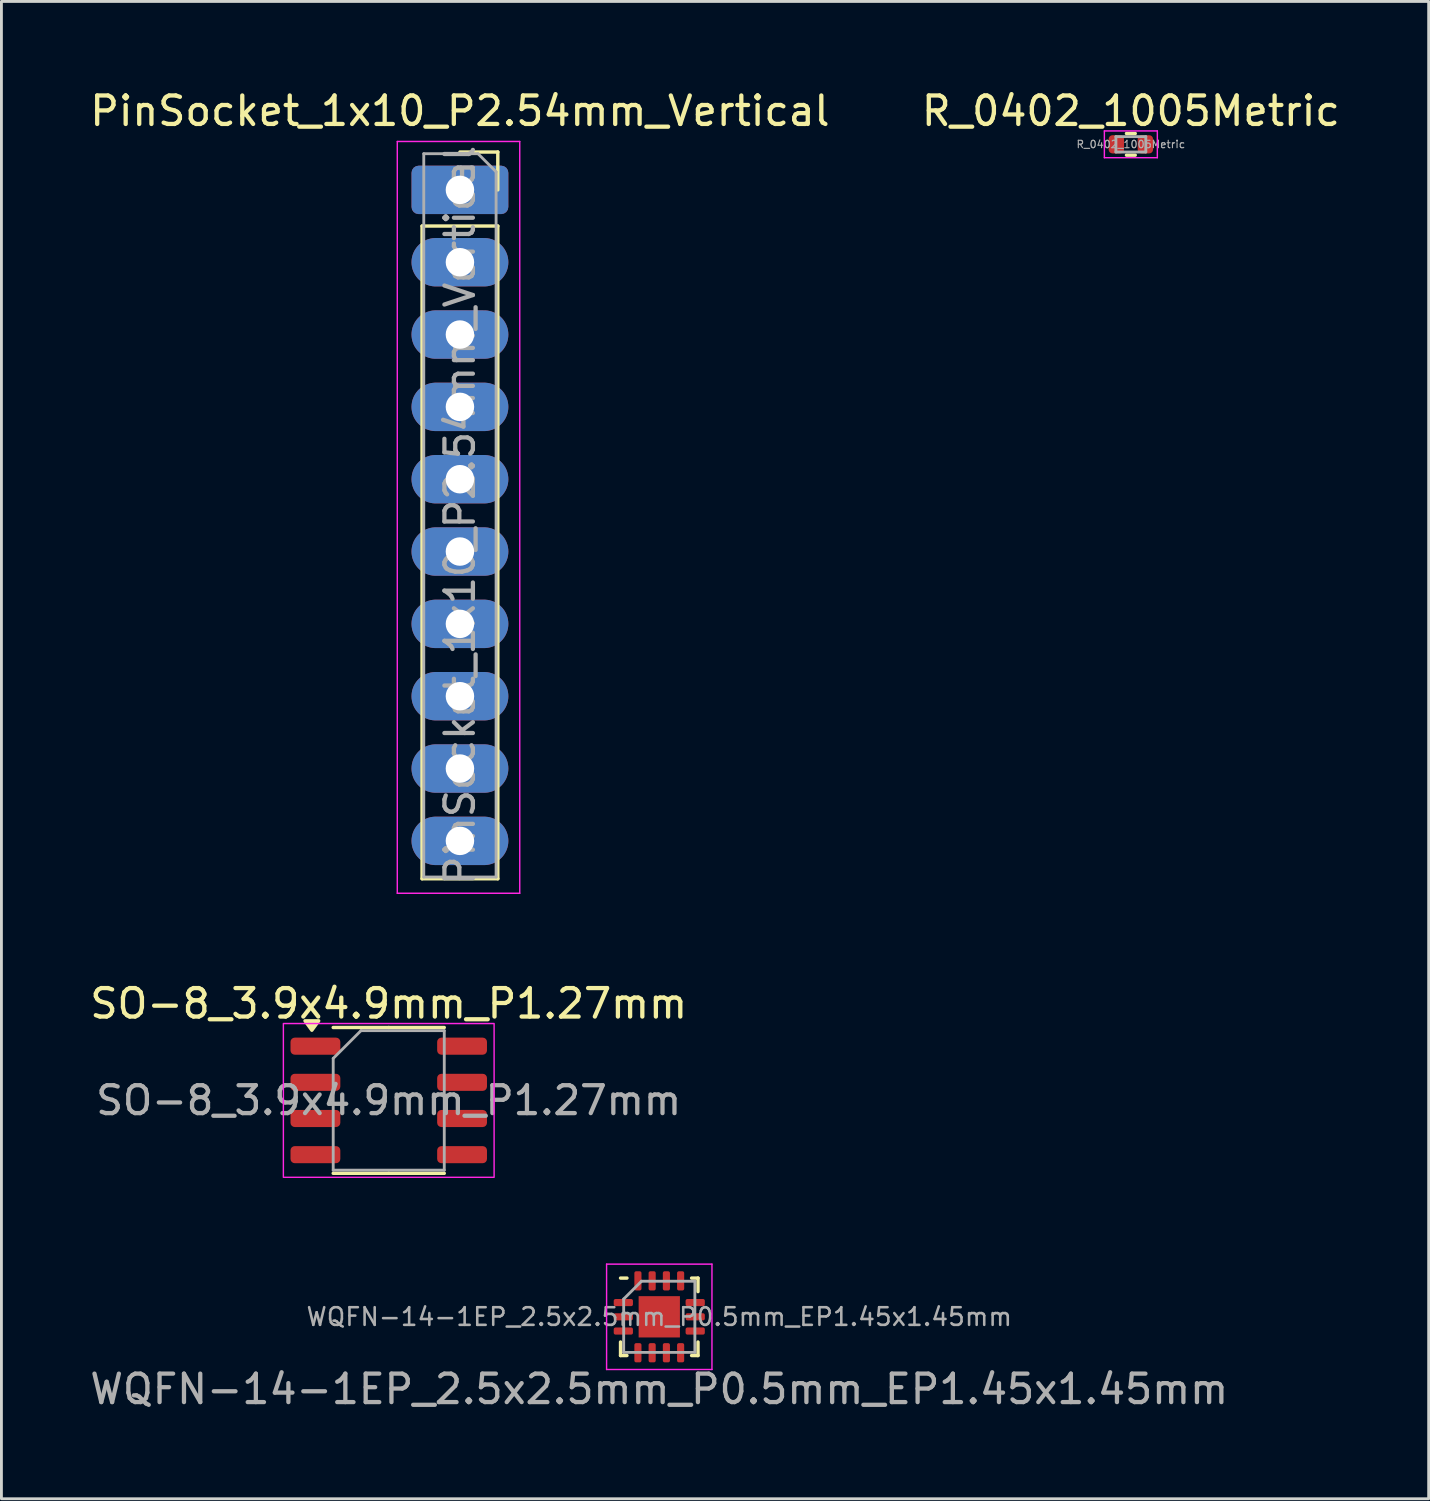
<source format=kicad_pcb>
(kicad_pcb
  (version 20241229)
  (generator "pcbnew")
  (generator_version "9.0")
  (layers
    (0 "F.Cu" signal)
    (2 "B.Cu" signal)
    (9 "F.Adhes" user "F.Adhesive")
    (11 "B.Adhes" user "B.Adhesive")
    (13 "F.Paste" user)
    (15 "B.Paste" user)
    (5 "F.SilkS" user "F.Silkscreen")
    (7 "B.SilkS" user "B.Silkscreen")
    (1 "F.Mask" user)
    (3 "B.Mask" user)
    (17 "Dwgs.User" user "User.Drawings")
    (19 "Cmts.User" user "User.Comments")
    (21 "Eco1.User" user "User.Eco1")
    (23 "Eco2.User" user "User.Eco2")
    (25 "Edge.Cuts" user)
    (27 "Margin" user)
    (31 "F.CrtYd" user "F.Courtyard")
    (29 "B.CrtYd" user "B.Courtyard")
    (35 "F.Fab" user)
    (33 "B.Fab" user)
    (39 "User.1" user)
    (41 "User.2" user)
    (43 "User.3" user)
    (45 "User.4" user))
  (footprint "WQFN-14-1EP_2.5x2.5mm_P0.5mm_EP1.45x1.45mm"
    (layer "F.Cu")
    (at 20.101 43.191)
    (property "Reference" "WQFN-14-1EP_2.5x2.5mm_P0.5mm_EP1.45x1.45mm" (at 0 2.54 180) (layer "F.Fab") (effects (font (size 1 1) (thickness 0.15))))
    (attr smd)
    (fp_line (start -1.36 1.36) (end -1.36 0.885) (stroke (width 0.12) (type solid)) (layer "F.SilkS"))
    (fp_line (start -1.135 -1.36) (end -1.36 -1.36) (stroke (width 0.12) (type solid)) (layer "F.SilkS"))
    (fp_line (start -1.135 1.36) (end -1.36 1.36) (stroke (width 0.12) (type solid)) (layer "F.SilkS"))
    (fp_line (start 1.135 -1.36) (end 1.36 -1.36) (stroke (width 0.12) (type solid)) (layer "F.SilkS"))
    (fp_line (start 1.135 1.36) (end 1.36 1.36) (stroke (width 0.12) (type solid)) (layer "F.SilkS"))
    (fp_line (start 1.36 -1.36) (end 1.36 -0.885) (stroke (width 0.12) (type solid)) (layer "F.SilkS"))
    (fp_line (start 1.36 1.36) (end 1.36 0.885) (stroke (width 0.12) (type solid)) (layer "F.SilkS"))
    (fp_line (start -1.85 -1.85) (end -1.85 1.85) (stroke (width 0.05) (type solid)) (layer "F.CrtYd"))
    (fp_line (start -1.85 1.85) (end 1.85 1.85) (stroke (width 0.05) (type solid)) (layer "F.CrtYd"))
    (fp_line (start 1.85 -1.85) (end -1.85 -1.85) (stroke (width 0.05) (type solid)) (layer "F.CrtYd"))
    (fp_line (start 1.85 1.85) (end 1.85 -1.85) (stroke (width 0.05) (type solid)) (layer "F.CrtYd"))
    (fp_line (start -1.25 -0.625) (end -0.625 -1.25) (stroke (width 0.1) (type solid)) (layer "F.Fab"))
    (fp_line (start -1.25 1.25) (end -1.25 -0.625) (stroke (width 0.1) (type solid)) (layer "F.Fab"))
    (fp_line (start -0.625 -1.25) (end 1.25 -1.25) (stroke (width 0.1) (type solid)) (layer "F.Fab"))
    (fp_line (start 1.25 -1.25) (end 1.25 1.25) (stroke (width 0.1) (type solid)) (layer "F.Fab"))
    (fp_line (start 1.25 1.25) (end -1.25 1.25) (stroke (width 0.1) (type solid)) (layer "F.Fab"))
    (fp_text user "${REFERENCE}" (at 0 0 180) (layer "F.Fab") (effects (font (size 0.62 0.62) (thickness 0.09))))
    (pad "" smd roundrect (at -0.36 -0.36) (size 0.58 0.58) (layers "F.Paste") (roundrect_rratio 0.25))
    (pad "" smd roundrect (at -0.36 0.36) (size 0.58 0.58) (layers "F.Paste") (roundrect_rratio 0.25))
    (pad "" smd roundrect (at 0.36 -0.36) (size 0.58 0.58) (layers "F.Paste") (roundrect_rratio 0.25))
    (pad "" smd roundrect (at 0.36 0.36) (size 0.58 0.58) (layers "F.Paste") (roundrect_rratio 0.25))
    (pad "1" smd roundrect (at -1.262 -0.5) (size 0.675 0.25) (layers "F.Cu" "F.Mask" "F.Paste") (roundrect_rratio 0.25))
    (pad "2" smd roundrect (at -1.262 0) (size 0.675 0.25) (layers "F.Cu" "F.Mask" "F.Paste") (roundrect_rratio 0.25))
    (pad "3" smd roundrect (at -1.262 0.5) (size 0.675 0.25) (layers "F.Cu" "F.Mask" "F.Paste") (roundrect_rratio 0.25))
    (pad "4" smd roundrect (at -0.75 1.262) (size 0.25 0.675) (layers "F.Cu" "F.Mask" "F.Paste") (roundrect_rratio 0.25))
    (pad "5" smd roundrect (at -0.25 1.262) (size 0.25 0.675) (layers "F.Cu" "F.Mask" "F.Paste") (roundrect_rratio 0.25))
    (pad "6" smd roundrect (at 0.25 1.262) (size 0.25 0.675) (layers "F.Cu" "F.Mask" "F.Paste") (roundrect_rratio 0.25))
    (pad "7" smd roundrect (at 0.75 1.262) (size 0.25 0.675) (layers "F.Cu" "F.Mask" "F.Paste") (roundrect_rratio 0.25))
    (pad "8" smd roundrect (at 1.262 0.5) (size 0.675 0.25) (layers "F.Cu" "F.Mask" "F.Paste") (roundrect_rratio 0.25))
    (pad "9" smd roundrect (at 1.262 0) (size 0.675 0.25) (layers "F.Cu" "F.Mask" "F.Paste") (roundrect_rratio 0.25))
    (pad "10" smd roundrect (at 1.262 -0.5) (size 0.675 0.25) (layers "F.Cu" "F.Mask" "F.Paste") (roundrect_rratio 0.25))
    (pad "11" smd roundrect (at 0.75 -1.262) (size 0.25 0.675) (layers "F.Cu" "F.Mask" "F.Paste") (roundrect_rratio 0.25))
    (pad "12" smd roundrect (at 0.25 -1.262) (size 0.25 0.675) (layers "F.Cu" "F.Mask" "F.Paste") (roundrect_rratio 0.25))
    (pad "13" smd roundrect (at -0.25 -1.262) (size 0.25 0.675) (layers "F.Cu" "F.Mask" "F.Paste") (roundrect_rratio 0.25))
    (pad "14" smd roundrect (at -0.75 -1.262) (size 0.25 0.675) (layers "F.Cu" "F.Mask" "F.Paste") (roundrect_rratio 0.25))
    (pad "15" smd rect (at 0 0) (size 1.45 1.45) (layers "F.Cu" "F.Mask")))
  (footprint "PinSocket_1x10_P2.54mm_Vertical"
    (layer "F.Cu")
    (at 13.101 3.618)
    (property "Reference" "PinSocket_1x10_P2.54mm_Vertical" (at 0 -2.77 0) (layer "F.SilkS") (effects (font (size 1 1) (thickness 0.15))))
    (attr through_hole)
    (fp_line (start -1.33 1.27) (end -1.33 24.19) (stroke (width 0.12) (type solid)) (layer "F.SilkS"))
    (fp_line (start -1.33 1.27) (end 1.33 1.27) (stroke (width 0.12) (type solid)) (layer "F.SilkS"))
    (fp_line (start -1.33 24.19) (end 1.33 24.19) (stroke (width 0.12) (type solid)) (layer "F.SilkS"))
    (fp_line (start 0 -1.33) (end 1.33 -1.33) (stroke (width 0.12) (type solid)) (layer "F.SilkS"))
    (fp_line (start 1.33 -1.33) (end 1.33 0) (stroke (width 0.12) (type solid)) (layer "F.SilkS"))
    (fp_line (start 1.33 1.27) (end 1.33 24.19) (stroke (width 0.12) (type solid)) (layer "F.SilkS"))
    (fp_line (start -2.2 -1.7) (end 2.1 -1.7) (stroke (width 0.05) (type default)) (layer "F.CrtYd"))
    (fp_line (start -2.2 24.7) (end -2.2 -1.7) (stroke (width 0.05) (type solid)) (layer "F.CrtYd"))
    (fp_line (start -2.2 24.7) (end 2.1 24.7) (stroke (width 0.05) (type default)) (layer "F.CrtYd"))
    (fp_line (start 2.1 -1.7) (end 2.1 24.7) (stroke (width 0.05) (type solid)) (layer "F.CrtYd"))
    (fp_line (start -1.27 -1.27) (end 0.635 -1.27) (stroke (width 0.1) (type solid)) (layer "F.Fab"))
    (fp_line (start -1.27 24.13) (end -1.27 -1.27) (stroke (width 0.1) (type solid)) (layer "F.Fab"))
    (fp_line (start 0.635 -1.27) (end 1.27 -0.635) (stroke (width 0.1) (type solid)) (layer "F.Fab"))
    (fp_line (start 1.27 -0.635) (end 1.27 24.13) (stroke (width 0.1) (type solid)) (layer "F.Fab"))
    (fp_line (start 1.27 24.13) (end -1.27 24.13) (stroke (width 0.1) (type solid)) (layer "F.Fab"))
    (fp_text user "${REFERENCE}" (at 0 11.43 90) (layer "F.Fab") (effects (font (size 1 1) (thickness 0.15))))
    (pad "1" thru_hole roundrect (at 0 0) (size 3.4 1.7) (drill 1) (layers "*.Cu" "*.Mask") (roundrect_rratio 0.147))
    (pad "2" thru_hole oval (at 0 2.54) (size 3.4 1.7) (drill 1) (layers "*.Cu" "*.Mask"))
    (pad "3" thru_hole oval (at 0 5.08) (size 3.4 1.7) (drill 1) (layers "*.Cu" "*.Mask"))
    (pad "4" thru_hole oval (at 0 7.62) (size 3.4 1.7) (drill 1) (layers "*.Cu" "*.Mask"))
    (pad "5" thru_hole oval (at 0 10.16) (size 3.4 1.7) (drill 1) (layers "*.Cu" "*.Mask"))
    (pad "6" thru_hole oval (at 0 12.7) (size 3.4 1.7) (drill 1) (layers "*.Cu" "*.Mask"))
    (pad "7" thru_hole oval (at 0 15.24) (size 3.4 1.7) (drill 1) (layers "*.Cu" "*.Mask"))
    (pad "8" thru_hole oval (at 0 17.78) (size 3.4 1.7) (drill 1) (layers "*.Cu" "*.Mask"))
    (pad "9" thru_hole oval (at 0 20.32) (size 3.4 1.7) (drill 1) (layers "*.Cu" "*.Mask"))
    (pad "10" thru_hole oval (at 0 22.86) (size 3.4 1.7) (drill 1) (layers "*.Cu" "*.Mask")))
  (footprint "R_0402_1005Metric"
    (layer "F.Cu")
    (at 36.661 2.018)
    (property "Reference" "R_0402_1005Metric" (at 0 -1.17 0) (layer "F.SilkS") (effects (font (size 1 1) (thickness 0.15))))
    (attr smd)
    (fp_line (start -0.154 -0.38) (end 0.154 -0.38) (stroke (width 0.12) (type solid)) (layer "F.SilkS"))
    (fp_line (start -0.154 0.38) (end 0.154 0.38) (stroke (width 0.12) (type solid)) (layer "F.SilkS"))
    (fp_line (start -0.93 -0.47) (end 0.93 -0.47) (stroke (width 0.05) (type solid)) (layer "F.CrtYd"))
    (fp_line (start -0.93 0.47) (end -0.93 -0.47) (stroke (width 0.05) (type solid)) (layer "F.CrtYd"))
    (fp_line (start 0.93 -0.47) (end 0.93 0.47) (stroke (width 0.05) (type solid)) (layer "F.CrtYd"))
    (fp_line (start 0.93 0.47) (end -0.93 0.47) (stroke (width 0.05) (type solid)) (layer "F.CrtYd"))
    (fp_line (start -0.525 -0.27) (end 0.525 -0.27) (stroke (width 0.1) (type solid)) (layer "F.Fab"))
    (fp_line (start -0.525 0.27) (end -0.525 -0.27) (stroke (width 0.1) (type solid)) (layer "F.Fab"))
    (fp_line (start 0.525 -0.27) (end 0.525 0.27) (stroke (width 0.1) (type solid)) (layer "F.Fab"))
    (fp_line (start 0.525 0.27) (end -0.525 0.27) (stroke (width 0.1) (type solid)) (layer "F.Fab"))
    (fp_text user "${REFERENCE}" (at 0 0 0) (layer "F.Fab") (effects (font (size 0.26 0.26) (thickness 0.04))))
    (pad "1" smd roundrect (at -0.51 0) (size 0.54 0.64) (layers "F.Cu" "F.Mask" "F.Paste") (roundrect_rratio 0.25))
    (pad "2" smd roundrect (at 0.51 0) (size 0.54 0.64) (layers "F.Cu" "F.Mask" "F.Paste") (roundrect_rratio 0.25)))
  (footprint "SO-8_3.9x4.9mm_P1.27mm"
    (layer "F.Cu")
    (at 10.601 35.592)
    (property "Reference" "SO-8_3.9x4.9mm_P1.27mm" (at 0 -3.4 0) (layer "F.SilkS") (effects (font (size 1 1) (thickness 0.15))))
    (attr smd)
    (fp_line (start 0 -2.56) (end -1.95 -2.56) (stroke (width 0.12) (type solid)) (layer "F.SilkS"))
    (fp_line (start 0 -2.56) (end 1.95 -2.56) (stroke (width 0.12) (type solid)) (layer "F.SilkS"))
    (fp_line (start 0 2.56) (end -1.95 2.56) (stroke (width 0.12) (type solid)) (layer "F.SilkS"))
    (fp_line (start 0 2.56) (end 1.95 2.56) (stroke (width 0.12) (type solid)) (layer "F.SilkS"))
    (fp_poly (pts (xy -2.7 -2.465) (xy -2.94 -2.795) (xy -2.46 -2.795)) (stroke (width 0.12) (type solid)) (fill yes) (layer "F.SilkS"))
    (fp_rect (start -3.7 -2.7) (end 3.7 2.7) (stroke (width 0.05) (type solid)) (fill no) (layer "F.CrtYd"))
    (fp_line (start -1.95 -1.475) (end -0.975 -2.45) (stroke (width 0.1) (type solid)) (layer "F.Fab"))
    (fp_line (start -1.95 2.45) (end -1.95 -1.475) (stroke (width 0.1) (type solid)) (layer "F.Fab"))
    (fp_line (start -0.975 -2.45) (end 1.95 -2.45) (stroke (width 0.1) (type solid)) (layer "F.Fab"))
    (fp_line (start 1.95 -2.45) (end 1.95 2.45) (stroke (width 0.1) (type solid)) (layer "F.Fab"))
    (fp_line (start 1.95 2.45) (end -1.95 2.45) (stroke (width 0.1) (type solid)) (layer "F.Fab"))
    (fp_text user "${REFERENCE}" (at 0 0 0) (layer "F.Fab") (effects (font (size 0.98 0.98) (thickness 0.15))))
    (pad "1" smd roundrect (at -2.575 -1.905) (size 1.75 0.6) (layers "F.Cu" "F.Mask" "F.Paste") (roundrect_rratio 0.25))
    (pad "2" smd roundrect (at -2.575 -0.635) (size 1.75 0.6) (layers "F.Cu" "F.Mask" "F.Paste") (roundrect_rratio 0.25))
    (pad "3" smd roundrect (at -2.575 0.635) (size 1.75 0.6) (layers "F.Cu" "F.Mask" "F.Paste") (roundrect_rratio 0.25))
    (pad "4" smd roundrect (at -2.575 1.905) (size 1.75 0.6) (layers "F.Cu" "F.Mask" "F.Paste") (roundrect_rratio 0.25))
    (pad "5" smd roundrect (at 2.575 1.905) (size 1.75 0.6) (layers "F.Cu" "F.Mask" "F.Paste") (roundrect_rratio 0.25))
    (pad "6" smd roundrect (at 2.575 0.635) (size 1.75 0.6) (layers "F.Cu" "F.Mask" "F.Paste") (roundrect_rratio 0.25))
    (pad "7" smd roundrect (at 2.575 -0.635) (size 1.75 0.6) (layers "F.Cu" "F.Mask" "F.Paste") (roundrect_rratio 0.25))
    (pad "8" smd roundrect (at 2.575 -1.905) (size 1.75 0.6) (layers "F.Cu" "F.Mask" "F.Paste") (roundrect_rratio 0.25)))
  (gr_rect
    (start -3 -3)
    (end 47.119 49.58)
    (stroke (width 0.1) (type default))
    (fill no)
    (layer "Edge.Cuts")))
</source>
